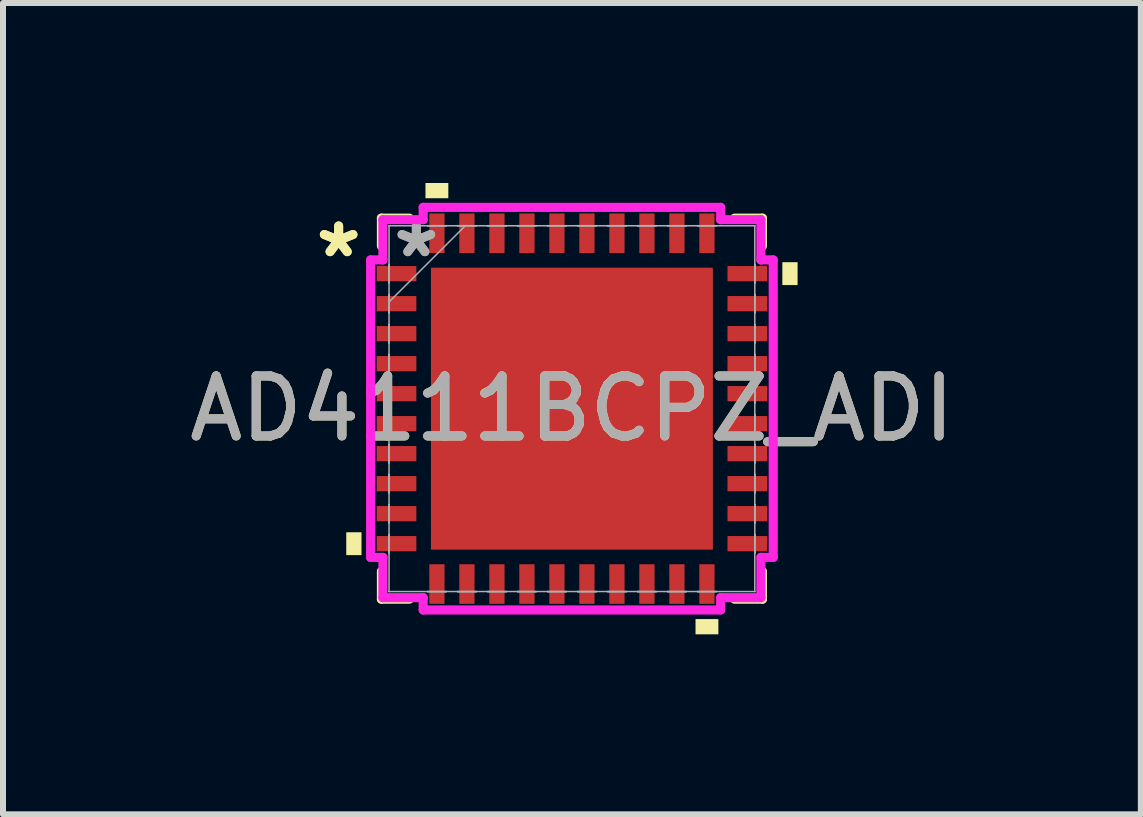
<source format=kicad_pcb>
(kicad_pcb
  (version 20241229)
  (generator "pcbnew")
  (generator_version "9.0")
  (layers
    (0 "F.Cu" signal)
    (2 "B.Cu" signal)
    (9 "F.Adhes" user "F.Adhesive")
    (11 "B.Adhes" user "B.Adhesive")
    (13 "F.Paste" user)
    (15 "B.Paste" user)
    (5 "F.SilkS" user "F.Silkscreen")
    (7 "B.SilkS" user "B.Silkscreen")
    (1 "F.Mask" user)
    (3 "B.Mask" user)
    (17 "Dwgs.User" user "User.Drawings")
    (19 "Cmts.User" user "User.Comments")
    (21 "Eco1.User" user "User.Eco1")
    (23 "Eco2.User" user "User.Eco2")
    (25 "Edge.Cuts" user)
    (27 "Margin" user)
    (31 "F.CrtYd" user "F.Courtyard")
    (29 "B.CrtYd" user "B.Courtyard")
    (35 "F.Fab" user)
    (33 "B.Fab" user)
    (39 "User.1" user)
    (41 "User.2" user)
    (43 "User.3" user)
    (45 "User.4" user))
  (footprint "AD4111BCPZ_ADI"
    (layer "F.Cu")
    (at 6.482 3.761)
    (property "Reference" "AD4111BCPZ_ADI" (at 0 0 0) (unlocked yes) (layer "F.SilkS") (effects (font (size 1 1) (thickness 0.15))))
    (attr smd)
    (fp_line (start -3.175 -3.175) (end -3.175 -2.71) (stroke (width 0.152) (type solid)) (layer "F.SilkS"))
    (fp_line (start -3.175 2.71) (end -3.175 3.175) (stroke (width 0.152) (type solid)) (layer "F.SilkS"))
    (fp_line (start -3.175 3.175) (end -2.71 3.175) (stroke (width 0.152) (type solid)) (layer "F.SilkS"))
    (fp_line (start -2.71 -3.175) (end -3.175 -3.175) (stroke (width 0.152) (type solid)) (layer "F.SilkS"))
    (fp_line (start 2.71 3.175) (end 3.175 3.175) (stroke (width 0.152) (type solid)) (layer "F.SilkS"))
    (fp_line (start 3.175 -3.175) (end 2.71 -3.175) (stroke (width 0.152) (type solid)) (layer "F.SilkS"))
    (fp_line (start 3.175 -2.71) (end 3.175 -3.175) (stroke (width 0.152) (type solid)) (layer "F.SilkS"))
    (fp_line (start 3.175 3.175) (end 3.175 2.71) (stroke (width 0.152) (type solid)) (layer "F.SilkS"))
    (fp_poly (pts (xy -3.761 2.06) (xy -3.761 2.441) (xy -3.507 2.441) (xy -3.507 2.06)) (stroke (width 0) (type solid)) (fill yes) (layer "F.SilkS"))
    (fp_poly (pts (xy -2.441 -3.507) (xy -2.441 -3.761) (xy -2.06 -3.761) (xy -2.06 -3.507)) (stroke (width 0) (type solid)) (fill yes) (layer "F.SilkS"))
    (fp_poly (pts (xy 2.06 3.507) (xy 2.06 3.761) (xy 2.441 3.761) (xy 2.441 3.507)) (stroke (width 0) (type solid)) (fill yes) (layer "F.SilkS"))
    (fp_poly (pts (xy 3.761 -2.441) (xy 3.761 -2.06) (xy 3.507 -2.06) (xy 3.507 -2.441)) (stroke (width 0) (type solid)) (fill yes) (layer "F.SilkS"))
    (fp_poly (pts (xy -2.249 -2.249) (xy -2.249 -0.883) (xy -0.883 -0.883) (xy -0.883 -2.249)) (stroke (width 0) (type solid)) (fill yes) (layer "F.Paste"))
    (fp_poly (pts (xy -2.249 -0.683) (xy -2.249 0.683) (xy -0.883 0.683) (xy -0.883 -0.683)) (stroke (width 0) (type solid)) (fill yes) (layer "F.Paste"))
    (fp_poly (pts (xy -2.249 0.883) (xy -2.249 2.249) (xy -0.883 2.249) (xy -0.883 0.883)) (stroke (width 0) (type solid)) (fill yes) (layer "F.Paste"))
    (fp_poly (pts (xy -0.683 -2.249) (xy -0.683 -0.883) (xy 0.683 -0.883) (xy 0.683 -2.249)) (stroke (width 0) (type solid)) (fill yes) (layer "F.Paste"))
    (fp_poly (pts (xy -0.683 -0.683) (xy -0.683 0.683) (xy 0.683 0.683) (xy 0.683 -0.683)) (stroke (width 0) (type solid)) (fill yes) (layer "F.Paste"))
    (fp_poly (pts (xy -0.683 0.883) (xy -0.683 2.249) (xy 0.683 2.249) (xy 0.683 0.883)) (stroke (width 0) (type solid)) (fill yes) (layer "F.Paste"))
    (fp_poly (pts (xy 0.883 -2.249) (xy 0.883 -0.883) (xy 2.249 -0.883) (xy 2.249 -2.249)) (stroke (width 0) (type solid)) (fill yes) (layer "F.Paste"))
    (fp_poly (pts (xy 0.883 -0.683) (xy 0.883 0.683) (xy 2.249 0.683) (xy 2.249 -0.683)) (stroke (width 0) (type solid)) (fill yes) (layer "F.Paste"))
    (fp_poly (pts (xy 0.883 0.883) (xy 0.883 2.249) (xy 2.249 2.249) (xy 2.249 0.883)) (stroke (width 0) (type solid)) (fill yes) (layer "F.Paste"))
    (fp_line (start -3.355 -2.479) (end -3.15 -2.479) (stroke (width 0.152) (type solid)) (layer "F.CrtYd"))
    (fp_line (start -3.355 2.479) (end -3.355 -2.479) (stroke (width 0.152) (type solid)) (layer "F.CrtYd"))
    (fp_line (start -3.15 -3.15) (end -2.479 -3.15) (stroke (width 0.152) (type solid)) (layer "F.CrtYd"))
    (fp_line (start -3.15 -2.479) (end -3.15 -3.15) (stroke (width 0.152) (type solid)) (layer "F.CrtYd"))
    (fp_line (start -3.15 2.479) (end -3.355 2.479) (stroke (width 0.152) (type solid)) (layer "F.CrtYd"))
    (fp_line (start -3.15 3.15) (end -3.15 2.479) (stroke (width 0.152) (type solid)) (layer "F.CrtYd"))
    (fp_line (start -2.479 -3.355) (end 2.479 -3.355) (stroke (width 0.152) (type solid)) (layer "F.CrtYd"))
    (fp_line (start -2.479 -3.15) (end -2.479 -3.355) (stroke (width 0.152) (type solid)) (layer "F.CrtYd"))
    (fp_line (start -2.479 3.15) (end -3.15 3.15) (stroke (width 0.152) (type solid)) (layer "F.CrtYd"))
    (fp_line (start -2.479 3.355) (end -2.479 3.15) (stroke (width 0.152) (type solid)) (layer "F.CrtYd"))
    (fp_line (start 2.479 -3.355) (end 2.479 -3.15) (stroke (width 0.152) (type solid)) (layer "F.CrtYd"))
    (fp_line (start 2.479 -3.15) (end 3.15 -3.15) (stroke (width 0.152) (type solid)) (layer "F.CrtYd"))
    (fp_line (start 2.479 3.15) (end 2.479 3.355) (stroke (width 0.152) (type solid)) (layer "F.CrtYd"))
    (fp_line (start 2.479 3.355) (end -2.479 3.355) (stroke (width 0.152) (type solid)) (layer "F.CrtYd"))
    (fp_line (start 3.15 -3.15) (end 3.15 -2.479) (stroke (width 0.152) (type solid)) (layer "F.CrtYd"))
    (fp_line (start 3.15 -2.479) (end 3.355 -2.479) (stroke (width 0.152) (type solid)) (layer "F.CrtYd"))
    (fp_line (start 3.15 2.479) (end 3.15 3.15) (stroke (width 0.152) (type solid)) (layer "F.CrtYd"))
    (fp_line (start 3.15 3.15) (end 2.479 3.15) (stroke (width 0.152) (type solid)) (layer "F.CrtYd"))
    (fp_line (start 3.355 -2.479) (end 3.355 2.479) (stroke (width 0.152) (type solid)) (layer "F.CrtYd"))
    (fp_line (start 3.355 2.479) (end 3.15 2.479) (stroke (width 0.152) (type solid)) (layer "F.CrtYd"))
    (fp_line (start -3.05 -2.402) (end -3.05 -2.098) (stroke (width 0.025) (type solid)) (layer "F.Fab"))
    (fp_line (start -3.05 -2.098) (end -3.048 -2.098) (stroke (width 0.025) (type solid)) (layer "F.Fab"))
    (fp_line (start -3.05 -1.902) (end -3.05 -1.598) (stroke (width 0.025) (type solid)) (layer "F.Fab"))
    (fp_line (start -3.05 -1.598) (end -3.048 -1.598) (stroke (width 0.025) (type solid)) (layer "F.Fab"))
    (fp_line (start -3.05 -1.402) (end -3.05 -1.098) (stroke (width 0.025) (type solid)) (layer "F.Fab"))
    (fp_line (start -3.05 -1.098) (end -3.048 -1.098) (stroke (width 0.025) (type solid)) (layer "F.Fab"))
    (fp_line (start -3.05 -0.902) (end -3.05 -0.598) (stroke (width 0.025) (type solid)) (layer "F.Fab"))
    (fp_line (start -3.05 -0.598) (end -3.048 -0.598) (stroke (width 0.025) (type solid)) (layer "F.Fab"))
    (fp_line (start -3.05 -0.402) (end -3.05 -0.098) (stroke (width 0.025) (type solid)) (layer "F.Fab"))
    (fp_line (start -3.05 -0.098) (end -3.048 -0.098) (stroke (width 0.025) (type solid)) (layer "F.Fab"))
    (fp_line (start -3.05 0.098) (end -3.05 0.402) (stroke (width 0.025) (type solid)) (layer "F.Fab"))
    (fp_line (start -3.05 0.402) (end -3.048 0.402) (stroke (width 0.025) (type solid)) (layer "F.Fab"))
    (fp_line (start -3.05 0.598) (end -3.05 0.902) (stroke (width 0.025) (type solid)) (layer "F.Fab"))
    (fp_line (start -3.05 0.902) (end -3.048 0.902) (stroke (width 0.025) (type solid)) (layer "F.Fab"))
    (fp_line (start -3.05 1.098) (end -3.05 1.402) (stroke (width 0.025) (type solid)) (layer "F.Fab"))
    (fp_line (start -3.05 1.402) (end -3.048 1.402) (stroke (width 0.025) (type solid)) (layer "F.Fab"))
    (fp_line (start -3.05 1.598) (end -3.05 1.902) (stroke (width 0.025) (type solid)) (layer "F.Fab"))
    (fp_line (start -3.05 1.902) (end -3.048 1.902) (stroke (width 0.025) (type solid)) (layer "F.Fab"))
    (fp_line (start -3.05 2.098) (end -3.05 2.402) (stroke (width 0.025) (type solid)) (layer "F.Fab"))
    (fp_line (start -3.05 2.402) (end -3.048 2.402) (stroke (width 0.025) (type solid)) (layer "F.Fab"))
    (fp_line (start -3.048 -3.048) (end -3.048 -3.048) (stroke (width 0.025) (type solid)) (layer "F.Fab"))
    (fp_line (start -3.048 -3.048) (end -3.048 3.048) (stroke (width 0.025) (type solid)) (layer "F.Fab"))
    (fp_line (start -3.048 -2.402) (end -3.05 -2.402) (stroke (width 0.025) (type solid)) (layer "F.Fab"))
    (fp_line (start -3.048 -2.098) (end -3.048 -2.402) (stroke (width 0.025) (type solid)) (layer "F.Fab"))
    (fp_line (start -3.048 -1.902) (end -3.05 -1.902) (stroke (width 0.025) (type solid)) (layer "F.Fab"))
    (fp_line (start -3.048 -1.778) (end -1.778 -3.048) (stroke (width 0.025) (type solid)) (layer "F.Fab"))
    (fp_line (start -3.048 -1.598) (end -3.048 -1.902) (stroke (width 0.025) (type solid)) (layer "F.Fab"))
    (fp_line (start -3.048 -1.402) (end -3.05 -1.402) (stroke (width 0.025) (type solid)) (layer "F.Fab"))
    (fp_line (start -3.048 -1.098) (end -3.048 -1.402) (stroke (width 0.025) (type solid)) (layer "F.Fab"))
    (fp_line (start -3.048 -0.902) (end -3.05 -0.902) (stroke (width 0.025) (type solid)) (layer "F.Fab"))
    (fp_line (start -3.048 -0.598) (end -3.048 -0.902) (stroke (width 0.025) (type solid)) (layer "F.Fab"))
    (fp_line (start -3.048 -0.402) (end -3.05 -0.402) (stroke (width 0.025) (type solid)) (layer "F.Fab"))
    (fp_line (start -3.048 -0.098) (end -3.048 -0.402) (stroke (width 0.025) (type solid)) (layer "F.Fab"))
    (fp_line (start -3.048 0.098) (end -3.05 0.098) (stroke (width 0.025) (type solid)) (layer "F.Fab"))
    (fp_line (start -3.048 0.402) (end -3.048 0.098) (stroke (width 0.025) (type solid)) (layer "F.Fab"))
    (fp_line (start -3.048 0.598) (end -3.05 0.598) (stroke (width 0.025) (type solid)) (layer "F.Fab"))
    (fp_line (start -3.048 0.902) (end -3.048 0.598) (stroke (width 0.025) (type solid)) (layer "F.Fab"))
    (fp_line (start -3.048 1.098) (end -3.05 1.098) (stroke (width 0.025) (type solid)) (layer "F.Fab"))
    (fp_line (start -3.048 1.402) (end -3.048 1.098) (stroke (width 0.025) (type solid)) (layer "F.Fab"))
    (fp_line (start -3.048 1.598) (end -3.05 1.598) (stroke (width 0.025) (type solid)) (layer "F.Fab"))
    (fp_line (start -3.048 1.902) (end -3.048 1.598) (stroke (width 0.025) (type solid)) (layer "F.Fab"))
    (fp_line (start -3.048 2.098) (end -3.05 2.098) (stroke (width 0.025) (type solid)) (layer "F.Fab"))
    (fp_line (start -3.048 2.402) (end -3.048 2.098) (stroke (width 0.025) (type solid)) (layer "F.Fab"))
    (fp_line (start -3.048 3.048) (end -3.048 3.048) (stroke (width 0.025) (type solid)) (layer "F.Fab"))
    (fp_line (start -3.048 3.048) (end 3.048 3.048) (stroke (width 0.025) (type solid)) (layer "F.Fab"))
    (fp_line (start -2.402 -3.05) (end -2.402 -3.048) (stroke (width 0.025) (type solid)) (layer "F.Fab"))
    (fp_line (start -2.402 -3.048) (end -2.098 -3.048) (stroke (width 0.025) (type solid)) (layer "F.Fab"))
    (fp_line (start -2.402 3.048) (end -2.402 3.05) (stroke (width 0.025) (type solid)) (layer "F.Fab"))
    (fp_line (start -2.402 3.05) (end -2.098 3.05) (stroke (width 0.025) (type solid)) (layer "F.Fab"))
    (fp_line (start -2.098 -3.05) (end -2.402 -3.05) (stroke (width 0.025) (type solid)) (layer "F.Fab"))
    (fp_line (start -2.098 -3.048) (end -2.098 -3.05) (stroke (width 0.025) (type solid)) (layer "F.Fab"))
    (fp_line (start -2.098 3.048) (end -2.402 3.048) (stroke (width 0.025) (type solid)) (layer "F.Fab"))
    (fp_line (start -2.098 3.05) (end -2.098 3.048) (stroke (width 0.025) (type solid)) (layer "F.Fab"))
    (fp_line (start -1.902 -3.05) (end -1.902 -3.048) (stroke (width 0.025) (type solid)) (layer "F.Fab"))
    (fp_line (start -1.902 -3.048) (end -1.598 -3.048) (stroke (width 0.025) (type solid)) (layer "F.Fab"))
    (fp_line (start -1.902 3.048) (end -1.902 3.05) (stroke (width 0.025) (type solid)) (layer "F.Fab"))
    (fp_line (start -1.902 3.05) (end -1.598 3.05) (stroke (width 0.025) (type solid)) (layer "F.Fab"))
    (fp_line (start -1.598 -3.05) (end -1.902 -3.05) (stroke (width 0.025) (type solid)) (layer "F.Fab"))
    (fp_line (start -1.598 -3.048) (end -1.598 -3.05) (stroke (width 0.025) (type solid)) (layer "F.Fab"))
    (fp_line (start -1.598 3.048) (end -1.902 3.048) (stroke (width 0.025) (type solid)) (layer "F.Fab"))
    (fp_line (start -1.598 3.05) (end -1.598 3.048) (stroke (width 0.025) (type solid)) (layer "F.Fab"))
    (fp_line (start -1.402 -3.05) (end -1.402 -3.048) (stroke (width 0.025) (type solid)) (layer "F.Fab"))
    (fp_line (start -1.402 -3.048) (end -1.098 -3.048) (stroke (width 0.025) (type solid)) (layer "F.Fab"))
    (fp_line (start -1.402 3.048) (end -1.402 3.05) (stroke (width 0.025) (type solid)) (layer "F.Fab"))
    (fp_line (start -1.402 3.05) (end -1.098 3.05) (stroke (width 0.025) (type solid)) (layer "F.Fab"))
    (fp_line (start -1.098 -3.05) (end -1.402 -3.05) (stroke (width 0.025) (type solid)) (layer "F.Fab"))
    (fp_line (start -1.098 -3.048) (end -1.098 -3.05) (stroke (width 0.025) (type solid)) (layer "F.Fab"))
    (fp_line (start -1.098 3.048) (end -1.402 3.048) (stroke (width 0.025) (type solid)) (layer "F.Fab"))
    (fp_line (start -1.098 3.05) (end -1.098 3.048) (stroke (width 0.025) (type solid)) (layer "F.Fab"))
    (fp_line (start -0.902 -3.05) (end -0.902 -3.048) (stroke (width 0.025) (type solid)) (layer "F.Fab"))
    (fp_line (start -0.902 -3.048) (end -0.598 -3.048) (stroke (width 0.025) (type solid)) (layer "F.Fab"))
    (fp_line (start -0.902 3.048) (end -0.902 3.05) (stroke (width 0.025) (type solid)) (layer "F.Fab"))
    (fp_line (start -0.902 3.05) (end -0.598 3.05) (stroke (width 0.025) (type solid)) (layer "F.Fab"))
    (fp_line (start -0.598 -3.05) (end -0.902 -3.05) (stroke (width 0.025) (type solid)) (layer "F.Fab"))
    (fp_line (start -0.598 -3.048) (end -0.598 -3.05) (stroke (width 0.025) (type solid)) (layer "F.Fab"))
    (fp_line (start -0.598 3.048) (end -0.902 3.048) (stroke (width 0.025) (type solid)) (layer "F.Fab"))
    (fp_line (start -0.598 3.05) (end -0.598 3.048) (stroke (width 0.025) (type solid)) (layer "F.Fab"))
    (fp_line (start -0.402 -3.05) (end -0.402 -3.048) (stroke (width 0.025) (type solid)) (layer "F.Fab"))
    (fp_line (start -0.402 -3.048) (end -0.098 -3.048) (stroke (width 0.025) (type solid)) (layer "F.Fab"))
    (fp_line (start -0.402 3.048) (end -0.402 3.05) (stroke (width 0.025) (type solid)) (layer "F.Fab"))
    (fp_line (start -0.402 3.05) (end -0.098 3.05) (stroke (width 0.025) (type solid)) (layer "F.Fab"))
    (fp_line (start -0.098 -3.05) (end -0.402 -3.05) (stroke (width 0.025) (type solid)) (layer "F.Fab"))
    (fp_line (start -0.098 -3.048) (end -0.098 -3.05) (stroke (width 0.025) (type solid)) (layer "F.Fab"))
    (fp_line (start -0.098 3.048) (end -0.402 3.048) (stroke (width 0.025) (type solid)) (layer "F.Fab"))
    (fp_line (start -0.098 3.05) (end -0.098 3.048) (stroke (width 0.025) (type solid)) (layer "F.Fab"))
    (fp_line (start 0.098 -3.05) (end 0.098 -3.048) (stroke (width 0.025) (type solid)) (layer "F.Fab"))
    (fp_line (start 0.098 -3.048) (end 0.402 -3.048) (stroke (width 0.025) (type solid)) (layer "F.Fab"))
    (fp_line (start 0.098 3.048) (end 0.098 3.05) (stroke (width 0.025) (type solid)) (layer "F.Fab"))
    (fp_line (start 0.098 3.05) (end 0.402 3.05) (stroke (width 0.025) (type solid)) (layer "F.Fab"))
    (fp_line (start 0.402 -3.05) (end 0.098 -3.05) (stroke (width 0.025) (type solid)) (layer "F.Fab"))
    (fp_line (start 0.402 -3.048) (end 0.402 -3.05) (stroke (width 0.025) (type solid)) (layer "F.Fab"))
    (fp_line (start 0.402 3.048) (end 0.098 3.048) (stroke (width 0.025) (type solid)) (layer "F.Fab"))
    (fp_line (start 0.402 3.05) (end 0.402 3.048) (stroke (width 0.025) (type solid)) (layer "F.Fab"))
    (fp_line (start 0.598 -3.05) (end 0.598 -3.048) (stroke (width 0.025) (type solid)) (layer "F.Fab"))
    (fp_line (start 0.598 -3.048) (end 0.902 -3.048) (stroke (width 0.025) (type solid)) (layer "F.Fab"))
    (fp_line (start 0.598 3.048) (end 0.598 3.05) (stroke (width 0.025) (type solid)) (layer "F.Fab"))
    (fp_line (start 0.598 3.05) (end 0.902 3.05) (stroke (width 0.025) (type solid)) (layer "F.Fab"))
    (fp_line (start 0.902 -3.05) (end 0.598 -3.05) (stroke (width 0.025) (type solid)) (layer "F.Fab"))
    (fp_line (start 0.902 -3.048) (end 0.902 -3.05) (stroke (width 0.025) (type solid)) (layer "F.Fab"))
    (fp_line (start 0.902 3.048) (end 0.598 3.048) (stroke (width 0.025) (type solid)) (layer "F.Fab"))
    (fp_line (start 0.902 3.05) (end 0.902 3.048) (stroke (width 0.025) (type solid)) (layer "F.Fab"))
    (fp_line (start 1.098 -3.05) (end 1.098 -3.048) (stroke (width 0.025) (type solid)) (layer "F.Fab"))
    (fp_line (start 1.098 -3.048) (end 1.402 -3.048) (stroke (width 0.025) (type solid)) (layer "F.Fab"))
    (fp_line (start 1.098 3.048) (end 1.098 3.05) (stroke (width 0.025) (type solid)) (layer "F.Fab"))
    (fp_line (start 1.098 3.05) (end 1.402 3.05) (stroke (width 0.025) (type solid)) (layer "F.Fab"))
    (fp_line (start 1.402 -3.05) (end 1.098 -3.05) (stroke (width 0.025) (type solid)) (layer "F.Fab"))
    (fp_line (start 1.402 -3.048) (end 1.402 -3.05) (stroke (width 0.025) (type solid)) (layer "F.Fab"))
    (fp_line (start 1.402 3.048) (end 1.098 3.048) (stroke (width 0.025) (type solid)) (layer "F.Fab"))
    (fp_line (start 1.402 3.05) (end 1.402 3.048) (stroke (width 0.025) (type solid)) (layer "F.Fab"))
    (fp_line (start 1.598 -3.05) (end 1.598 -3.048) (stroke (width 0.025) (type solid)) (layer "F.Fab"))
    (fp_line (start 1.598 -3.048) (end 1.902 -3.048) (stroke (width 0.025) (type solid)) (layer "F.Fab"))
    (fp_line (start 1.598 3.048) (end 1.598 3.05) (stroke (width 0.025) (type solid)) (layer "F.Fab"))
    (fp_line (start 1.598 3.05) (end 1.902 3.05) (stroke (width 0.025) (type solid)) (layer "F.Fab"))
    (fp_line (start 1.902 -3.05) (end 1.598 -3.05) (stroke (width 0.025) (type solid)) (layer "F.Fab"))
    (fp_line (start 1.902 -3.048) (end 1.902 -3.05) (stroke (width 0.025) (type solid)) (layer "F.Fab"))
    (fp_line (start 1.902 3.048) (end 1.598 3.048) (stroke (width 0.025) (type solid)) (layer "F.Fab"))
    (fp_line (start 1.902 3.05) (end 1.902 3.048) (stroke (width 0.025) (type solid)) (layer "F.Fab"))
    (fp_line (start 2.098 -3.05) (end 2.098 -3.048) (stroke (width 0.025) (type solid)) (layer "F.Fab"))
    (fp_line (start 2.098 -3.048) (end 2.402 -3.048) (stroke (width 0.025) (type solid)) (layer "F.Fab"))
    (fp_line (start 2.098 3.048) (end 2.098 3.05) (stroke (width 0.025) (type solid)) (layer "F.Fab"))
    (fp_line (start 2.098 3.05) (end 2.402 3.05) (stroke (width 0.025) (type solid)) (layer "F.Fab"))
    (fp_line (start 2.402 -3.05) (end 2.098 -3.05) (stroke (width 0.025) (type solid)) (layer "F.Fab"))
    (fp_line (start 2.402 -3.048) (end 2.402 -3.05) (stroke (width 0.025) (type solid)) (layer "F.Fab"))
    (fp_line (start 2.402 3.048) (end 2.098 3.048) (stroke (width 0.025) (type solid)) (layer "F.Fab"))
    (fp_line (start 2.402 3.05) (end 2.402 3.048) (stroke (width 0.025) (type solid)) (layer "F.Fab"))
    (fp_line (start 3.048 -3.048) (end -3.048 -3.048) (stroke (width 0.025) (type solid)) (layer "F.Fab"))
    (fp_line (start 3.048 -3.048) (end 3.048 -3.048) (stroke (width 0.025) (type solid)) (layer "F.Fab"))
    (fp_line (start 3.048 -2.402) (end 3.048 -2.098) (stroke (width 0.025) (type solid)) (layer "F.Fab"))
    (fp_line (start 3.048 -2.098) (end 3.05 -2.098) (stroke (width 0.025) (type solid)) (layer "F.Fab"))
    (fp_line (start 3.048 -1.902) (end 3.048 -1.598) (stroke (width 0.025) (type solid)) (layer "F.Fab"))
    (fp_line (start 3.048 -1.598) (end 3.05 -1.598) (stroke (width 0.025) (type solid)) (layer "F.Fab"))
    (fp_line (start 3.048 -1.402) (end 3.048 -1.098) (stroke (width 0.025) (type solid)) (layer "F.Fab"))
    (fp_line (start 3.048 -1.098) (end 3.05 -1.098) (stroke (width 0.025) (type solid)) (layer "F.Fab"))
    (fp_line (start 3.048 -0.902) (end 3.048 -0.598) (stroke (width 0.025) (type solid)) (layer "F.Fab"))
    (fp_line (start 3.048 -0.598) (end 3.05 -0.598) (stroke (width 0.025) (type solid)) (layer "F.Fab"))
    (fp_line (start 3.048 -0.402) (end 3.048 -0.098) (stroke (width 0.025) (type solid)) (layer "F.Fab"))
    (fp_line (start 3.048 -0.098) (end 3.05 -0.098) (stroke (width 0.025) (type solid)) (layer "F.Fab"))
    (fp_line (start 3.048 0.098) (end 3.048 0.402) (stroke (width 0.025) (type solid)) (layer "F.Fab"))
    (fp_line (start 3.048 0.402) (end 3.05 0.402) (stroke (width 0.025) (type solid)) (layer "F.Fab"))
    (fp_line (start 3.048 0.598) (end 3.048 0.902) (stroke (width 0.025) (type solid)) (layer "F.Fab"))
    (fp_line (start 3.048 0.902) (end 3.05 0.902) (stroke (width 0.025) (type solid)) (layer "F.Fab"))
    (fp_line (start 3.048 1.098) (end 3.048 1.402) (stroke (width 0.025) (type solid)) (layer "F.Fab"))
    (fp_line (start 3.048 1.402) (end 3.05 1.402) (stroke (width 0.025) (type solid)) (layer "F.Fab"))
    (fp_line (start 3.048 1.598) (end 3.048 1.902) (stroke (width 0.025) (type solid)) (layer "F.Fab"))
    (fp_line (start 3.048 1.902) (end 3.05 1.902) (stroke (width 0.025) (type solid)) (layer "F.Fab"))
    (fp_line (start 3.048 2.098) (end 3.048 2.402) (stroke (width 0.025) (type solid)) (layer "F.Fab"))
    (fp_line (start 3.048 2.402) (end 3.05 2.402) (stroke (width 0.025) (type solid)) (layer "F.Fab"))
    (fp_line (start 3.048 3.048) (end 3.048 -3.048) (stroke (width 0.025) (type solid)) (layer "F.Fab"))
    (fp_line (start 3.048 3.048) (end 3.048 3.048) (stroke (width 0.025) (type solid)) (layer "F.Fab"))
    (fp_line (start 3.05 -2.402) (end 3.048 -2.402) (stroke (width 0.025) (type solid)) (layer "F.Fab"))
    (fp_line (start 3.05 -2.098) (end 3.05 -2.402) (stroke (width 0.025) (type solid)) (layer "F.Fab"))
    (fp_line (start 3.05 -1.902) (end 3.048 -1.902) (stroke (width 0.025) (type solid)) (layer "F.Fab"))
    (fp_line (start 3.05 -1.598) (end 3.05 -1.902) (stroke (width 0.025) (type solid)) (layer "F.Fab"))
    (fp_line (start 3.05 -1.402) (end 3.048 -1.402) (stroke (width 0.025) (type solid)) (layer "F.Fab"))
    (fp_line (start 3.05 -1.098) (end 3.05 -1.402) (stroke (width 0.025) (type solid)) (layer "F.Fab"))
    (fp_line (start 3.05 -0.902) (end 3.048 -0.902) (stroke (width 0.025) (type solid)) (layer "F.Fab"))
    (fp_line (start 3.05 -0.598) (end 3.05 -0.902) (stroke (width 0.025) (type solid)) (layer "F.Fab"))
    (fp_line (start 3.05 -0.402) (end 3.048 -0.402) (stroke (width 0.025) (type solid)) (layer "F.Fab"))
    (fp_line (start 3.05 -0.098) (end 3.05 -0.402) (stroke (width 0.025) (type solid)) (layer "F.Fab"))
    (fp_line (start 3.05 0.098) (end 3.048 0.098) (stroke (width 0.025) (type solid)) (layer "F.Fab"))
    (fp_line (start 3.05 0.402) (end 3.05 0.098) (stroke (width 0.025) (type solid)) (layer "F.Fab"))
    (fp_line (start 3.05 0.598) (end 3.048 0.598) (stroke (width 0.025) (type solid)) (layer "F.Fab"))
    (fp_line (start 3.05 0.902) (end 3.05 0.598) (stroke (width 0.025) (type solid)) (layer "F.Fab"))
    (fp_line (start 3.05 1.098) (end 3.048 1.098) (stroke (width 0.025) (type solid)) (layer "F.Fab"))
    (fp_line (start 3.05 1.402) (end 3.05 1.098) (stroke (width 0.025) (type solid)) (layer "F.Fab"))
    (fp_line (start 3.05 1.598) (end 3.048 1.598) (stroke (width 0.025) (type solid)) (layer "F.Fab"))
    (fp_line (start 3.05 1.902) (end 3.05 1.598) (stroke (width 0.025) (type solid)) (layer "F.Fab"))
    (fp_line (start 3.05 2.098) (end 3.048 2.098) (stroke (width 0.025) (type solid)) (layer "F.Fab"))
    (fp_line (start 3.05 2.402) (end 3.05 2.098) (stroke (width 0.025) (type solid)) (layer "F.Fab"))
    (fp_text user "*" (at -3.888 -2.5 0) (layer "F.SilkS") (effects (font (size 1 1) (thickness 0.15))))
    (fp_text user "*" (at -3.888 -2.5 0) (unlocked yes) (layer "F.SilkS") (effects (font (size 1 1) (thickness 0.15))))
    (fp_text user "*" (at -2.593 -2.5 0) (unlocked yes) (layer "F.Fab") (effects (font (size 1 1) (thickness 0.15))))
    (fp_text user "*" (at -2.593 -2.5 0) (layer "F.Fab") (effects (font (size 1 1) (thickness 0.15))))
    (fp_text user "${REFERENCE}" (at 0 0 0) (unlocked yes) (layer "F.Fab") (effects (font (size 1 1) (thickness 0.15))))
    (pad "1" smd rect (at -2.923 -2.25 90) (size 0.254 0.66) (layers "F.Cu" "F.Mask" "F.Paste"))
    (pad "2" smd rect (at -2.923 -1.75 90) (size 0.254 0.66) (layers "F.Cu" "F.Mask" "F.Paste"))
    (pad "3" smd rect (at -2.923 -1.25 90) (size 0.254 0.66) (layers "F.Cu" "F.Mask" "F.Paste"))
    (pad "4" smd rect (at -2.923 -0.75 90) (size 0.254 0.66) (layers "F.Cu" "F.Mask" "F.Paste"))
    (pad "5" smd rect (at -2.923 -0.25 90) (size 0.254 0.66) (layers "F.Cu" "F.Mask" "F.Paste"))
    (pad "6" smd rect (at -2.923 0.25 90) (size 0.254 0.66) (layers "F.Cu" "F.Mask" "F.Paste"))
    (pad "7" smd rect (at -2.923 0.75 90) (size 0.254 0.66) (layers "F.Cu" "F.Mask" "F.Paste"))
    (pad "8" smd rect (at -2.923 1.25 90) (size 0.254 0.66) (layers "F.Cu" "F.Mask" "F.Paste"))
    (pad "9" smd rect (at -2.923 1.75 90) (size 0.254 0.66) (layers "F.Cu" "F.Mask" "F.Paste"))
    (pad "10" smd rect (at -2.923 2.25 90) (size 0.254 0.66) (layers "F.Cu" "F.Mask" "F.Paste"))
    (pad "11" smd rect (at -2.25 2.923) (size 0.254 0.66) (layers "F.Cu" "F.Mask" "F.Paste"))
    (pad "12" smd rect (at -1.75 2.923) (size 0.254 0.66) (layers "F.Cu" "F.Mask" "F.Paste"))
    (pad "13" smd rect (at -1.25 2.923) (size 0.254 0.66) (layers "F.Cu" "F.Mask" "F.Paste"))
    (pad "14" smd rect (at -0.75 2.923) (size 0.254 0.66) (layers "F.Cu" "F.Mask" "F.Paste"))
    (pad "15" smd rect (at -0.25 2.923) (size 0.254 0.66) (layers "F.Cu" "F.Mask" "F.Paste"))
    (pad "16" smd rect (at 0.25 2.923) (size 0.254 0.66) (layers "F.Cu" "F.Mask" "F.Paste"))
    (pad "17" smd rect (at 0.75 2.923) (size 0.254 0.66) (layers "F.Cu" "F.Mask" "F.Paste"))
    (pad "18" smd rect (at 1.25 2.923) (size 0.254 0.66) (layers "F.Cu" "F.Mask" "F.Paste"))
    (pad "19" smd rect (at 1.75 2.923) (size 0.254 0.66) (layers "F.Cu" "F.Mask" "F.Paste"))
    (pad "20" smd rect (at 2.25 2.923) (size 0.254 0.66) (layers "F.Cu" "F.Mask" "F.Paste"))
    (pad "21" smd rect (at 2.923 2.25 90) (size 0.254 0.66) (layers "F.Cu" "F.Mask" "F.Paste"))
    (pad "22" smd rect (at 2.923 1.75 90) (size 0.254 0.66) (layers "F.Cu" "F.Mask" "F.Paste"))
    (pad "23" smd rect (at 2.923 1.25 90) (size 0.254 0.66) (layers "F.Cu" "F.Mask" "F.Paste"))
    (pad "24" smd rect (at 2.923 0.75 90) (size 0.254 0.66) (layers "F.Cu" "F.Mask" "F.Paste"))
    (pad "25" smd rect (at 2.923 0.25 90) (size 0.254 0.66) (layers "F.Cu" "F.Mask" "F.Paste"))
    (pad "26" smd rect (at 2.923 -0.25 90) (size 0.254 0.66) (layers "F.Cu" "F.Mask" "F.Paste"))
    (pad "27" smd rect (at 2.923 -0.75 90) (size 0.254 0.66) (layers "F.Cu" "F.Mask" "F.Paste"))
    (pad "28" smd rect (at 2.923 -1.25 90) (size 0.254 0.66) (layers "F.Cu" "F.Mask" "F.Paste"))
    (pad "29" smd rect (at 2.923 -1.75 90) (size 0.254 0.66) (layers "F.Cu" "F.Mask" "F.Paste"))
    (pad "30" smd rect (at 2.923 -2.25 90) (size 0.254 0.66) (layers "F.Cu" "F.Mask" "F.Paste"))
    (pad "31" smd rect (at 2.25 -2.923) (size 0.254 0.66) (layers "F.Cu" "F.Mask" "F.Paste"))
    (pad "32" smd rect (at 1.75 -2.923) (size 0.254 0.66) (layers "F.Cu" "F.Mask" "F.Paste"))
    (pad "33" smd rect (at 1.25 -2.923) (size 0.254 0.66) (layers "F.Cu" "F.Mask" "F.Paste"))
    (pad "34" smd rect (at 0.75 -2.923) (size 0.254 0.66) (layers "F.Cu" "F.Mask" "F.Paste"))
    (pad "35" smd rect (at 0.25 -2.923) (size 0.254 0.66) (layers "F.Cu" "F.Mask" "F.Paste"))
    (pad "36" smd rect (at -0.25 -2.923) (size 0.254 0.66) (layers "F.Cu" "F.Mask" "F.Paste"))
    (pad "37" smd rect (at -0.75 -2.923) (size 0.254 0.66) (layers "F.Cu" "F.Mask" "F.Paste"))
    (pad "38" smd rect (at -1.25 -2.923) (size 0.254 0.66) (layers "F.Cu" "F.Mask" "F.Paste"))
    (pad "39" smd rect (at -1.75 -2.923) (size 0.254 0.66) (layers "F.Cu" "F.Mask" "F.Paste"))
    (pad "40" smd rect (at -2.25 -2.923) (size 0.254 0.66) (layers "F.Cu" "F.Mask" "F.Paste"))
    (pad "41" smd rect (at 0 0) (size 4.699 4.699) (layers "F.Cu" "F.Mask" "F.Paste")))
  (gr_rect
    (start -3 -3)
    (end 15.964 10.522)
    (stroke (width 0.1) (type default))
    (fill no)
    (layer "Edge.Cuts")))
</source>
